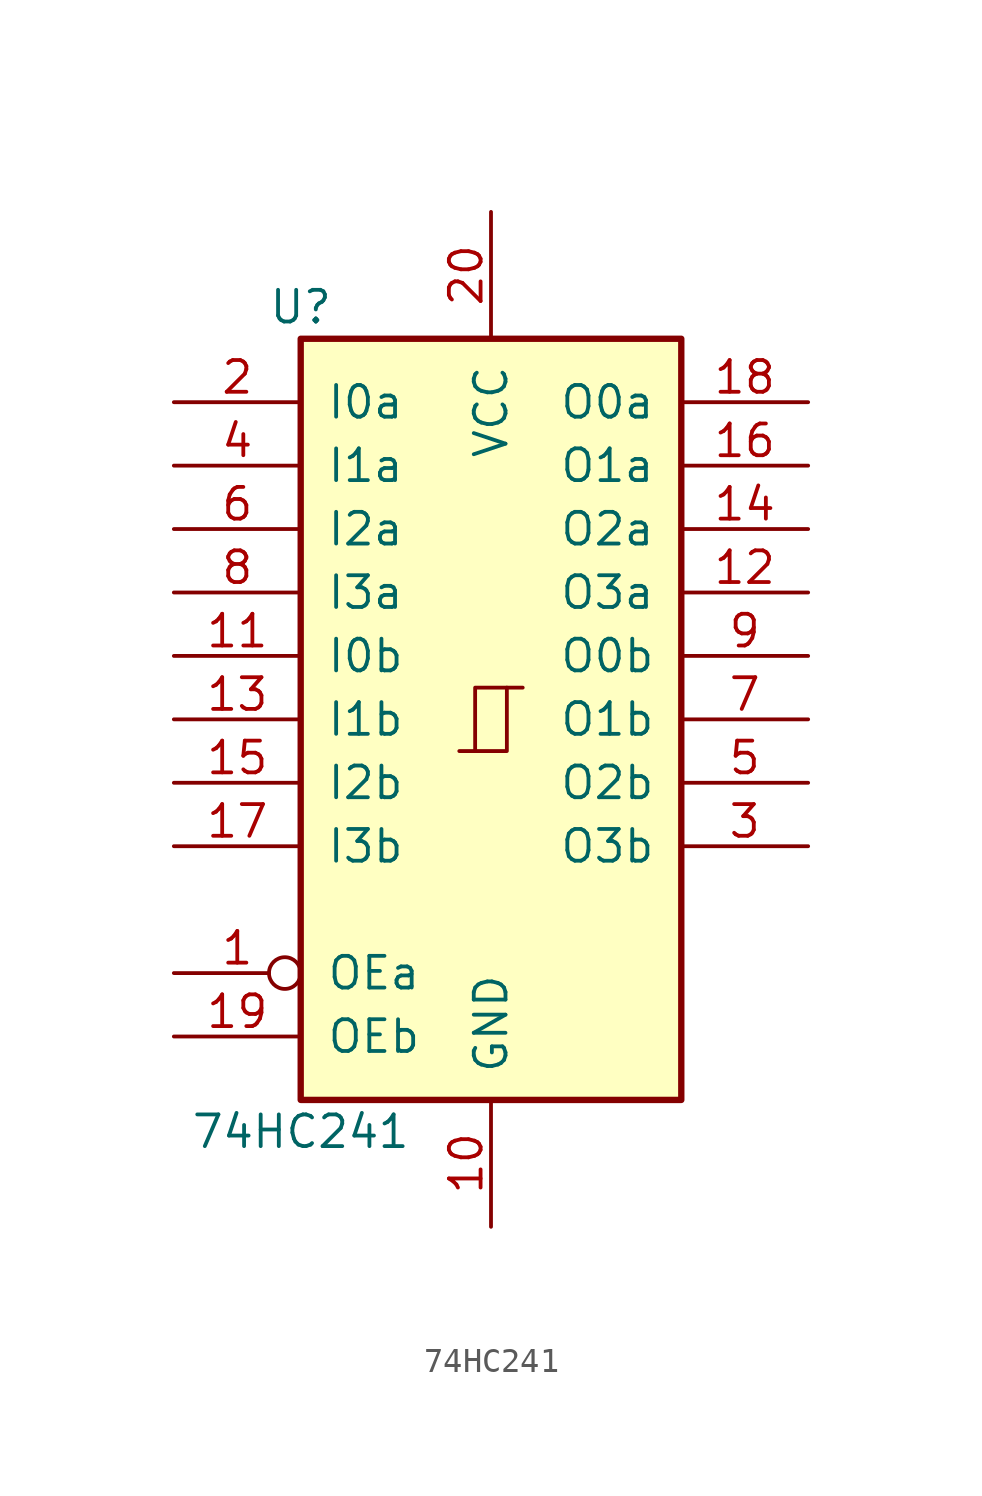
<source format=kicad_sym>
(kicad_symbol_lib
  (version 20231120)
  (generator "kicad_symbol_editor")
  (generator_version "8.0")
  (symbol "74HC241"
    (pin_names
      (offset 1.016))
    (property "Reference" "U"
      (at -7.62 16.51 0)
      (effects (font (size 1.27 1.27))))
    (property "Value" "74HC241"
      (at -7.62 -16.51 0)
      (effects (font (size 1.27 1.27))))
    (symbol "74HC241_1_0"
      (polyline (pts (xy -0.635 -1.27) (xy -0.635 1.27) (xy 0.635 1.27)) (stroke (width 0) (type solid)) (fill (type none)))
      (polyline (pts (xy -1.27 -1.27) (xy 0.635 -1.27) (xy 0.635 1.27) (xy 1.27 1.27)) (stroke (width 0) (type solid)) (fill (type none)))
      (pin input inverted (at -12.7 -10.16 0) (length 5.08) (name "OEa" (effects (font (size 1.27 1.27)))) (number "1" (effects (font (size 1.27 1.27)))))
      (pin power_in line (at 0 -20.32 90) (length 5.08) (name "GND" (effects (font (size 1.27 1.27)))) (number "10" (effects (font (size 1.27 1.27)))))
      (pin input line (at -12.7 2.54 0) (length 5.08) (name "I0b" (effects (font (size 1.27 1.27)))) (number "11" (effects (font (size 1.27 1.27)))))
      (pin tri_state line (at 12.7 5.08 180) (length 5.08) (name "O3a" (effects (font (size 1.27 1.27)))) (number "12" (effects (font (size 1.27 1.27)))))
      (pin input line (at -12.7 0 0) (length 5.08) (name "I1b" (effects (font (size 1.27 1.27)))) (number "13" (effects (font (size 1.27 1.27)))))
      (pin tri_state line (at 12.7 7.62 180) (length 5.08) (name "O2a" (effects (font (size 1.27 1.27)))) (number "14" (effects (font (size 1.27 1.27)))))
      (pin input line (at -12.7 -2.54 0) (length 5.08) (name "I2b" (effects (font (size 1.27 1.27)))) (number "15" (effects (font (size 1.27 1.27)))))
      (pin tri_state line (at 12.7 10.16 180) (length 5.08) (name "O1a" (effects (font (size 1.27 1.27)))) (number "16" (effects (font (size 1.27 1.27)))))
      (pin input line (at -12.7 -5.08 0) (length 5.08) (name "I3b" (effects (font (size 1.27 1.27)))) (number "17" (effects (font (size 1.27 1.27)))))
      (pin tri_state line (at 12.7 12.7 180) (length 5.08) (name "O0a" (effects (font (size 1.27 1.27)))) (number "18" (effects (font (size 1.27 1.27)))))
      (pin input line (at -12.7 -12.7 0) (length 5.08) (name "OEb" (effects (font (size 1.27 1.27)))) (number "19" (effects (font (size 1.27 1.27)))))
      (pin input line (at -12.7 12.7 0) (length 5.08) (name "I0a" (effects (font (size 1.27 1.27)))) (number "2" (effects (font (size 1.27 1.27)))))
      (pin power_in line (at 0 20.32 270) (length 5.08) (name "VCC" (effects (font (size 1.27 1.27)))) (number "20" (effects (font (size 1.27 1.27)))))
      (pin tri_state line (at 12.7 -5.08 180) (length 5.08) (name "O3b" (effects (font (size 1.27 1.27)))) (number "3" (effects (font (size 1.27 1.27)))))
      (pin input line (at -12.7 10.16 0) (length 5.08) (name "I1a" (effects (font (size 1.27 1.27)))) (number "4" (effects (font (size 1.27 1.27)))))
      (pin tri_state line (at 12.7 -2.54 180) (length 5.08) (name "O2b" (effects (font (size 1.27 1.27)))) (number "5" (effects (font (size 1.27 1.27)))))
      (pin input line (at -12.7 7.62 0) (length 5.08) (name "I2a" (effects (font (size 1.27 1.27)))) (number "6" (effects (font (size 1.27 1.27)))))
      (pin tri_state line (at 12.7 0 180) (length 5.08) (name "O1b" (effects (font (size 1.27 1.27)))) (number "7" (effects (font (size 1.27 1.27)))))
      (pin input line (at -12.7 5.08 0) (length 5.08) (name "I3a" (effects (font (size 1.27 1.27)))) (number "8" (effects (font (size 1.27 1.27)))))
      (pin tri_state line (at 12.7 2.54 180) (length 5.08) (name "O0b" (effects (font (size 1.27 1.27)))) (number "9" (effects (font (size 1.27 1.27))))))
    (symbol "74HC241_1_1"
      (rectangle (start -7.62 15.24) (end 7.62 -15.24) (stroke (width 0.254) (type solid)) (fill (type background))))))
</source>
